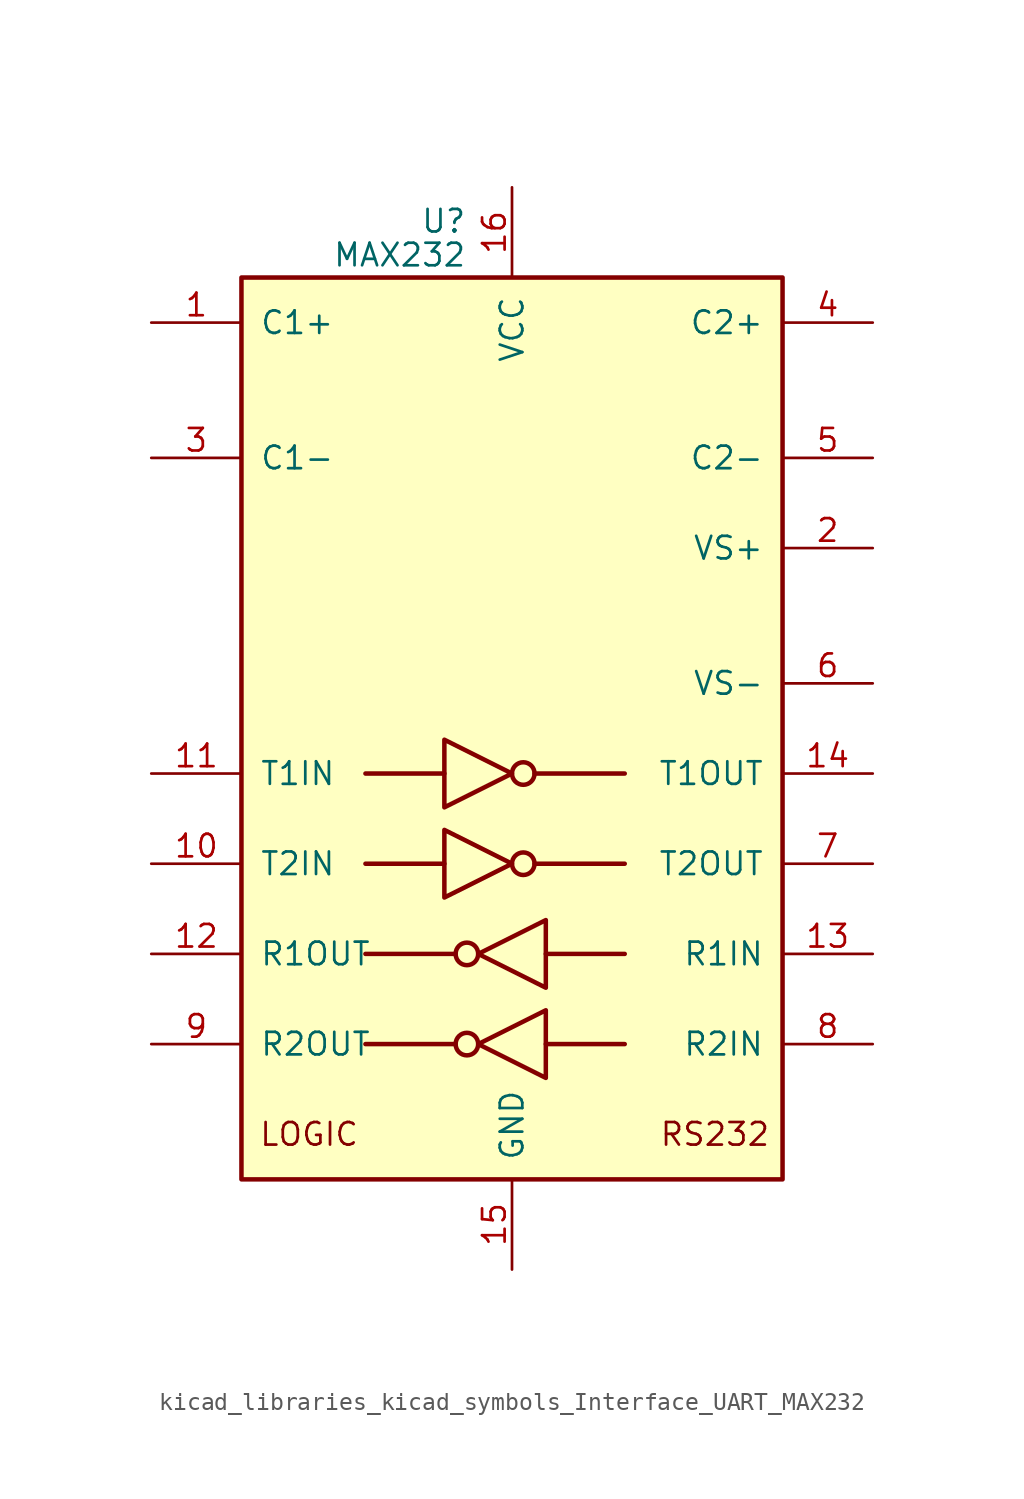
<source format=kicad_sym>
(kicad_symbol_lib
  (version 20220914)
  (generator kicad_symbol_editor)
  (symbol "kicad_libraries_kicad_symbols_Interface_UART_MAX232"
    (pin_names
      (offset 1.016))
    (property "Reference" "U"
      (at -2.54 28.575 0)
      (effects (font (size 1.27 1.27)) (justify right)))
    (property "Value" "MAX232"
      (at -2.54 26.67 0)
      (effects (font (size 1.27 1.27)) (justify right)))
    (symbol "kicad_libraries_kicad_symbols_Interface_UART_MAX232_0_0"
      (text "LOGIC" (at -11.43 -22.86 0) (effects (font (size 1.27 1.27))))
      (text "RS232" (at 11.43 -22.86 0) (effects (font (size 1.27 1.27)))))
    (symbol "kicad_libraries_kicad_symbols_Interface_UART_MAX232_0_1"
      (rectangle (start -15.24 -25.4) (end 15.24 25.4) (stroke (width 0.254) (type default)) (fill (type background)))
      (circle (center -2.54 -17.78) (radius 0.635) (stroke (width 0.254) (type default)) (fill (type none)))
      (circle (center -2.54 -12.7) (radius 0.635) (stroke (width 0.254) (type default)) (fill (type none)))
      (polyline (pts (xy -3.81 -7.62) (xy -8.255 -7.62)) (stroke (width 0.254) (type default)) (fill (type none)))
      (polyline (pts (xy -3.81 -2.54) (xy -8.255 -2.54)) (stroke (width 0.254) (type default)) (fill (type none)))
      (polyline (pts (xy -3.175 -17.78) (xy -8.255 -17.78)) (stroke (width 0.254) (type default)) (fill (type none)))
      (polyline (pts (xy -3.175 -12.7) (xy -8.255 -12.7)) (stroke (width 0.254) (type default)) (fill (type none)))
      (polyline (pts (xy 1.27 -7.62) (xy 6.35 -7.62)) (stroke (width 0.254) (type default)) (fill (type none)))
      (polyline (pts (xy 1.27 -2.54) (xy 6.35 -2.54)) (stroke (width 0.254) (type default)) (fill (type none)))
      (polyline (pts (xy 1.905 -17.78) (xy 6.35 -17.78)) (stroke (width 0.254) (type default)) (fill (type none)))
      (polyline (pts (xy 1.905 -12.7) (xy 6.35 -12.7)) (stroke (width 0.254) (type default)) (fill (type none)))
      (polyline (pts (xy -3.81 -5.715) (xy -3.81 -9.525) (xy 0 -7.62) (xy -3.81 -5.715)) (stroke (width 0.254) (type default)) (fill (type none)))
      (polyline (pts (xy -3.81 -0.635) (xy -3.81 -4.445) (xy 0 -2.54) (xy -3.81 -0.635)) (stroke (width 0.254) (type default)) (fill (type none)))
      (polyline (pts (xy 1.905 -15.875) (xy 1.905 -19.685) (xy -1.905 -17.78) (xy 1.905 -15.875)) (stroke (width 0.254) (type default)) (fill (type none)))
      (polyline (pts (xy 1.905 -10.795) (xy 1.905 -14.605) (xy -1.905 -12.7) (xy 1.905 -10.795)) (stroke (width 0.254) (type default)) (fill (type none)))
      (circle (center 0.635 -7.62) (radius 0.635) (stroke (width 0.254) (type default)) (fill (type none)))
      (circle (center 0.635 -2.54) (radius 0.635) (stroke (width 0.254) (type default)) (fill (type none))))
    (symbol "kicad_libraries_kicad_symbols_Interface_UART_MAX232_1_1"
      (pin passive line (at -20.32 22.86 0) (length 5.08) (name "C1+" (effects (font (size 1.27 1.27)))) (number "1" (effects (font (size 1.27 1.27)))))
      (pin input line (at -20.32 -7.62 0) (length 5.08) (name "T2IN" (effects (font (size 1.27 1.27)))) (number "10" (effects (font (size 1.27 1.27)))))
      (pin input line (at -20.32 -2.54 0) (length 5.08) (name "T1IN" (effects (font (size 1.27 1.27)))) (number "11" (effects (font (size 1.27 1.27)))))
      (pin output line (at -20.32 -12.7 0) (length 5.08) (name "R1OUT" (effects (font (size 1.27 1.27)))) (number "12" (effects (font (size 1.27 1.27)))))
      (pin input line (at 20.32 -12.7 180) (length 5.08) (name "R1IN" (effects (font (size 1.27 1.27)))) (number "13" (effects (font (size 1.27 1.27)))))
      (pin output line (at 20.32 -2.54 180) (length 5.08) (name "T1OUT" (effects (font (size 1.27 1.27)))) (number "14" (effects (font (size 1.27 1.27)))))
      (pin power_in line (at 0 -30.48 90) (length 5.08) (name "GND" (effects (font (size 1.27 1.27)))) (number "15" (effects (font (size 1.27 1.27)))))
      (pin power_in line (at 0 30.48 270) (length 5.08) (name "VCC" (effects (font (size 1.27 1.27)))) (number "16" (effects (font (size 1.27 1.27)))))
      (pin power_out line (at 20.32 10.16 180) (length 5.08) (name "VS+" (effects (font (size 1.27 1.27)))) (number "2" (effects (font (size 1.27 1.27)))))
      (pin passive line (at -20.32 15.24 0) (length 5.08) (name "C1-" (effects (font (size 1.27 1.27)))) (number "3" (effects (font (size 1.27 1.27)))))
      (pin passive line (at 20.32 22.86 180) (length 5.08) (name "C2+" (effects (font (size 1.27 1.27)))) (number "4" (effects (font (size 1.27 1.27)))))
      (pin passive line (at 20.32 15.24 180) (length 5.08) (name "C2-" (effects (font (size 1.27 1.27)))) (number "5" (effects (font (size 1.27 1.27)))))
      (pin power_out line (at 20.32 2.54 180) (length 5.08) (name "VS-" (effects (font (size 1.27 1.27)))) (number "6" (effects (font (size 1.27 1.27)))))
      (pin output line (at 20.32 -7.62 180) (length 5.08) (name "T2OUT" (effects (font (size 1.27 1.27)))) (number "7" (effects (font (size 1.27 1.27)))))
      (pin input line (at 20.32 -17.78 180) (length 5.08) (name "R2IN" (effects (font (size 1.27 1.27)))) (number "8" (effects (font (size 1.27 1.27)))))
      (pin output line (at -20.32 -17.78 0) (length 5.08) (name "R2OUT" (effects (font (size 1.27 1.27)))) (number "9" (effects (font (size 1.27 1.27))))))))
</source>
